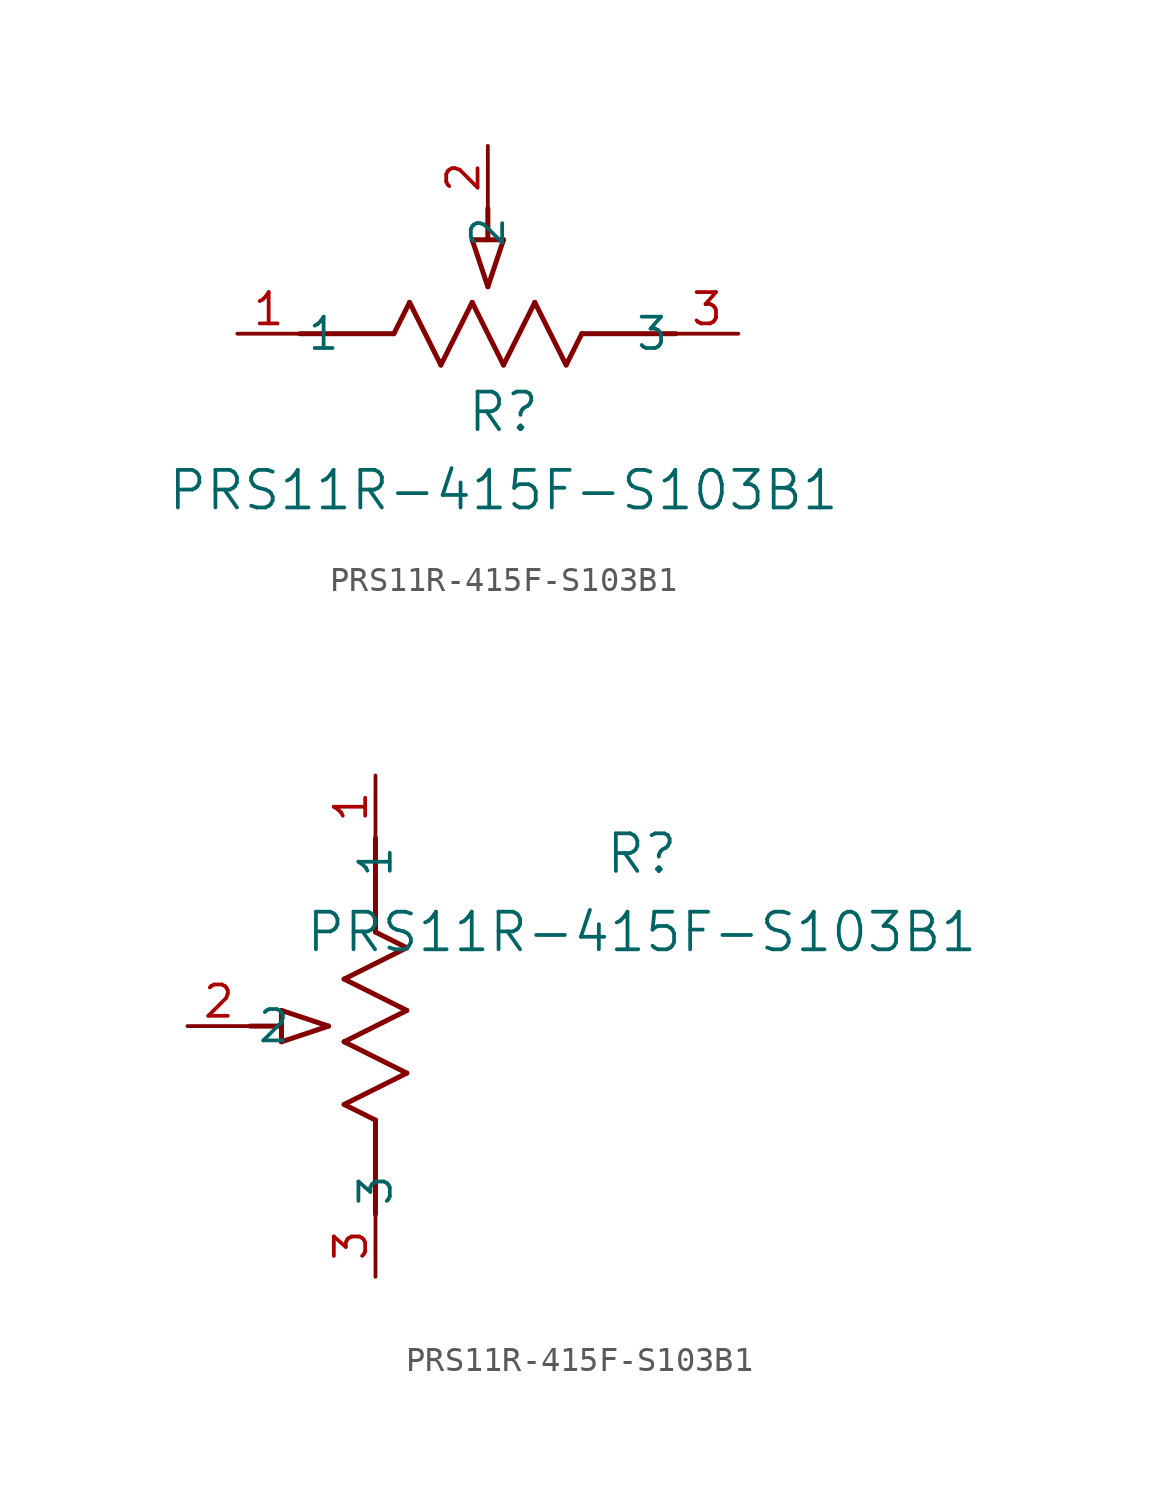
<source format=kicad_sym>
(kicad_symbol_lib
  (version 20211014)
  (generator kicad_symbol_editor)
  (symbol "PRS11R-415F-S103B1"
    (pin_names
      (offset 0.254))
    (property "Reference" "R"
      (at 10.795 -3.175 0)
      (effects (font (size 1.524 1.524))))
    (property "Value" "PRS11R-415F-S103B1"
      (at 10.795 -6.35 0)
      (effects (font (size 1.524 1.524))))
    (symbol "PRS11R-415F-S103B1_1_1"
      (polyline (pts (xy 9.525 3.81) (xy 10.16 1.905)) (stroke (width 0.203) (type default) (color 0 0 0 0)) (fill (type none)))
      (polyline (pts (xy 10.795 3.81) (xy 10.16 1.905)) (stroke (width 0.203) (type default) (color 0 0 0 0)) (fill (type none)))
      (polyline (pts (xy 9.525 3.81) (xy 10.795 3.81)) (stroke (width 0.203) (type default) (color 0 0 0 0)) (fill (type none)))
      (polyline (pts (xy 10.16 3.81) (xy 10.16 5.08)) (stroke (width 0.203) (type default) (color 0 0 0 0)) (fill (type none)))
      (polyline (pts (xy 6.35 0) (xy 6.985 1.27)) (stroke (width 0.203) (type default) (color 0 0 0 0)) (fill (type none)))
      (polyline (pts (xy 9.525 1.27) (xy 10.795 -1.27)) (stroke (width 0.203) (type default) (color 0 0 0 0)) (fill (type none)))
      (polyline (pts (xy 10.795 -1.27) (xy 12.065 1.27)) (stroke (width 0.203) (type default) (color 0 0 0 0)) (fill (type none)))
      (polyline (pts (xy 8.255 -1.27) (xy 9.525 1.27)) (stroke (width 0.203) (type default) (color 0 0 0 0)) (fill (type none)))
      (polyline (pts (xy 6.985 1.27) (xy 8.255 -1.27)) (stroke (width 0.203) (type default) (color 0 0 0 0)) (fill (type none)))
      (polyline (pts (xy 13.335 -1.27) (xy 13.97 0)) (stroke (width 0.203) (type default) (color 0 0 0 0)) (fill (type none)))
      (polyline (pts (xy 13.97 0) (xy 17.78 0)) (stroke (width 0.203) (type default) (color 0 0 0 0)) (fill (type none)))
      (polyline (pts (xy 2.54 0) (xy 6.35 0)) (stroke (width 0.203) (type default) (color 0 0 0 0)) (fill (type none)))
      (polyline (pts (xy 12.065 1.27) (xy 13.335 -1.27)) (stroke (width 0.203) (type default) (color 0 0 0 0)) (fill (type none)))
      (pin unspecified line (at 20.32 0 180) (length 2.54) (name "3" (effects (font (size 1.27 1.27)))) (number "3" (effects (font (size 1.27 1.27)))))
      (pin unspecified line (at 10.16 7.62 270) (length 2.54) (name "2" (effects (font (size 1.27 1.27)))) (number "2" (effects (font (size 1.27 1.27)))))
      (pin unspecified line (at 0 0 0) (length 2.54) (name "1" (effects (font (size 1.27 1.27)))) (number "1" (effects (font (size 1.27 1.27))))))
    (symbol "PRS11R-415F-S103B1_1_2"
      (polyline (pts (xy 0 -13.97) (xy -1.27 -13.335)) (stroke (width 0.203) (type default) (color 0 0 0 0)) (fill (type none)))
      (polyline (pts (xy 0 -17.78) (xy 0 -13.97)) (stroke (width 0.203) (type default) (color 0 0 0 0)) (fill (type none)))
      (polyline (pts (xy -3.81 -10.795) (xy -1.905 -10.16)) (stroke (width 0.203) (type default) (color 0 0 0 0)) (fill (type none)))
      (polyline (pts (xy -3.81 -9.525) (xy -1.905 -10.16)) (stroke (width 0.203) (type default) (color 0 0 0 0)) (fill (type none)))
      (polyline (pts (xy -3.81 -10.795) (xy -3.81 -9.525)) (stroke (width 0.203) (type default) (color 0 0 0 0)) (fill (type none)))
      (polyline (pts (xy 1.27 -12.065) (xy -1.27 -10.795)) (stroke (width 0.203) (type default) (color 0 0 0 0)) (fill (type none)))
      (polyline (pts (xy -1.27 -10.795) (xy 1.27 -9.525)) (stroke (width 0.203) (type default) (color 0 0 0 0)) (fill (type none)))
      (polyline (pts (xy 1.27 -9.525) (xy -1.27 -8.255)) (stroke (width 0.203) (type default) (color 0 0 0 0)) (fill (type none)))
      (polyline (pts (xy -1.27 -8.255) (xy 1.27 -6.985)) (stroke (width 0.203) (type default) (color 0 0 0 0)) (fill (type none)))
      (polyline (pts (xy 1.27 -6.985) (xy 0 -6.35)) (stroke (width 0.203) (type default) (color 0 0 0 0)) (fill (type none)))
      (polyline (pts (xy -1.27 -13.335) (xy 1.27 -12.065)) (stroke (width 0.203) (type default) (color 0 0 0 0)) (fill (type none)))
      (polyline (pts (xy 0 -6.35) (xy 0 -2.54)) (stroke (width 0.203) (type default) (color 0 0 0 0)) (fill (type none)))
      (polyline (pts (xy -3.81 -10.16) (xy -5.08 -10.16)) (stroke (width 0.203) (type default) (color 0 0 0 0)) (fill (type none)))
      (pin unspecified line (at 0 -20.32 90) (length 2.54) (name "3" (effects (font (size 1.27 1.27)))) (number "3" (effects (font (size 1.27 1.27)))))
      (pin unspecified line (at -7.62 -10.16 0) (length 2.54) (name "2" (effects (font (size 1.27 1.27)))) (number "2" (effects (font (size 1.27 1.27)))))
      (pin unspecified line (at 0 0 270) (length 2.54) (name "1" (effects (font (size 1.27 1.27)))) (number "1" (effects (font (size 1.27 1.27))))))))
</source>
